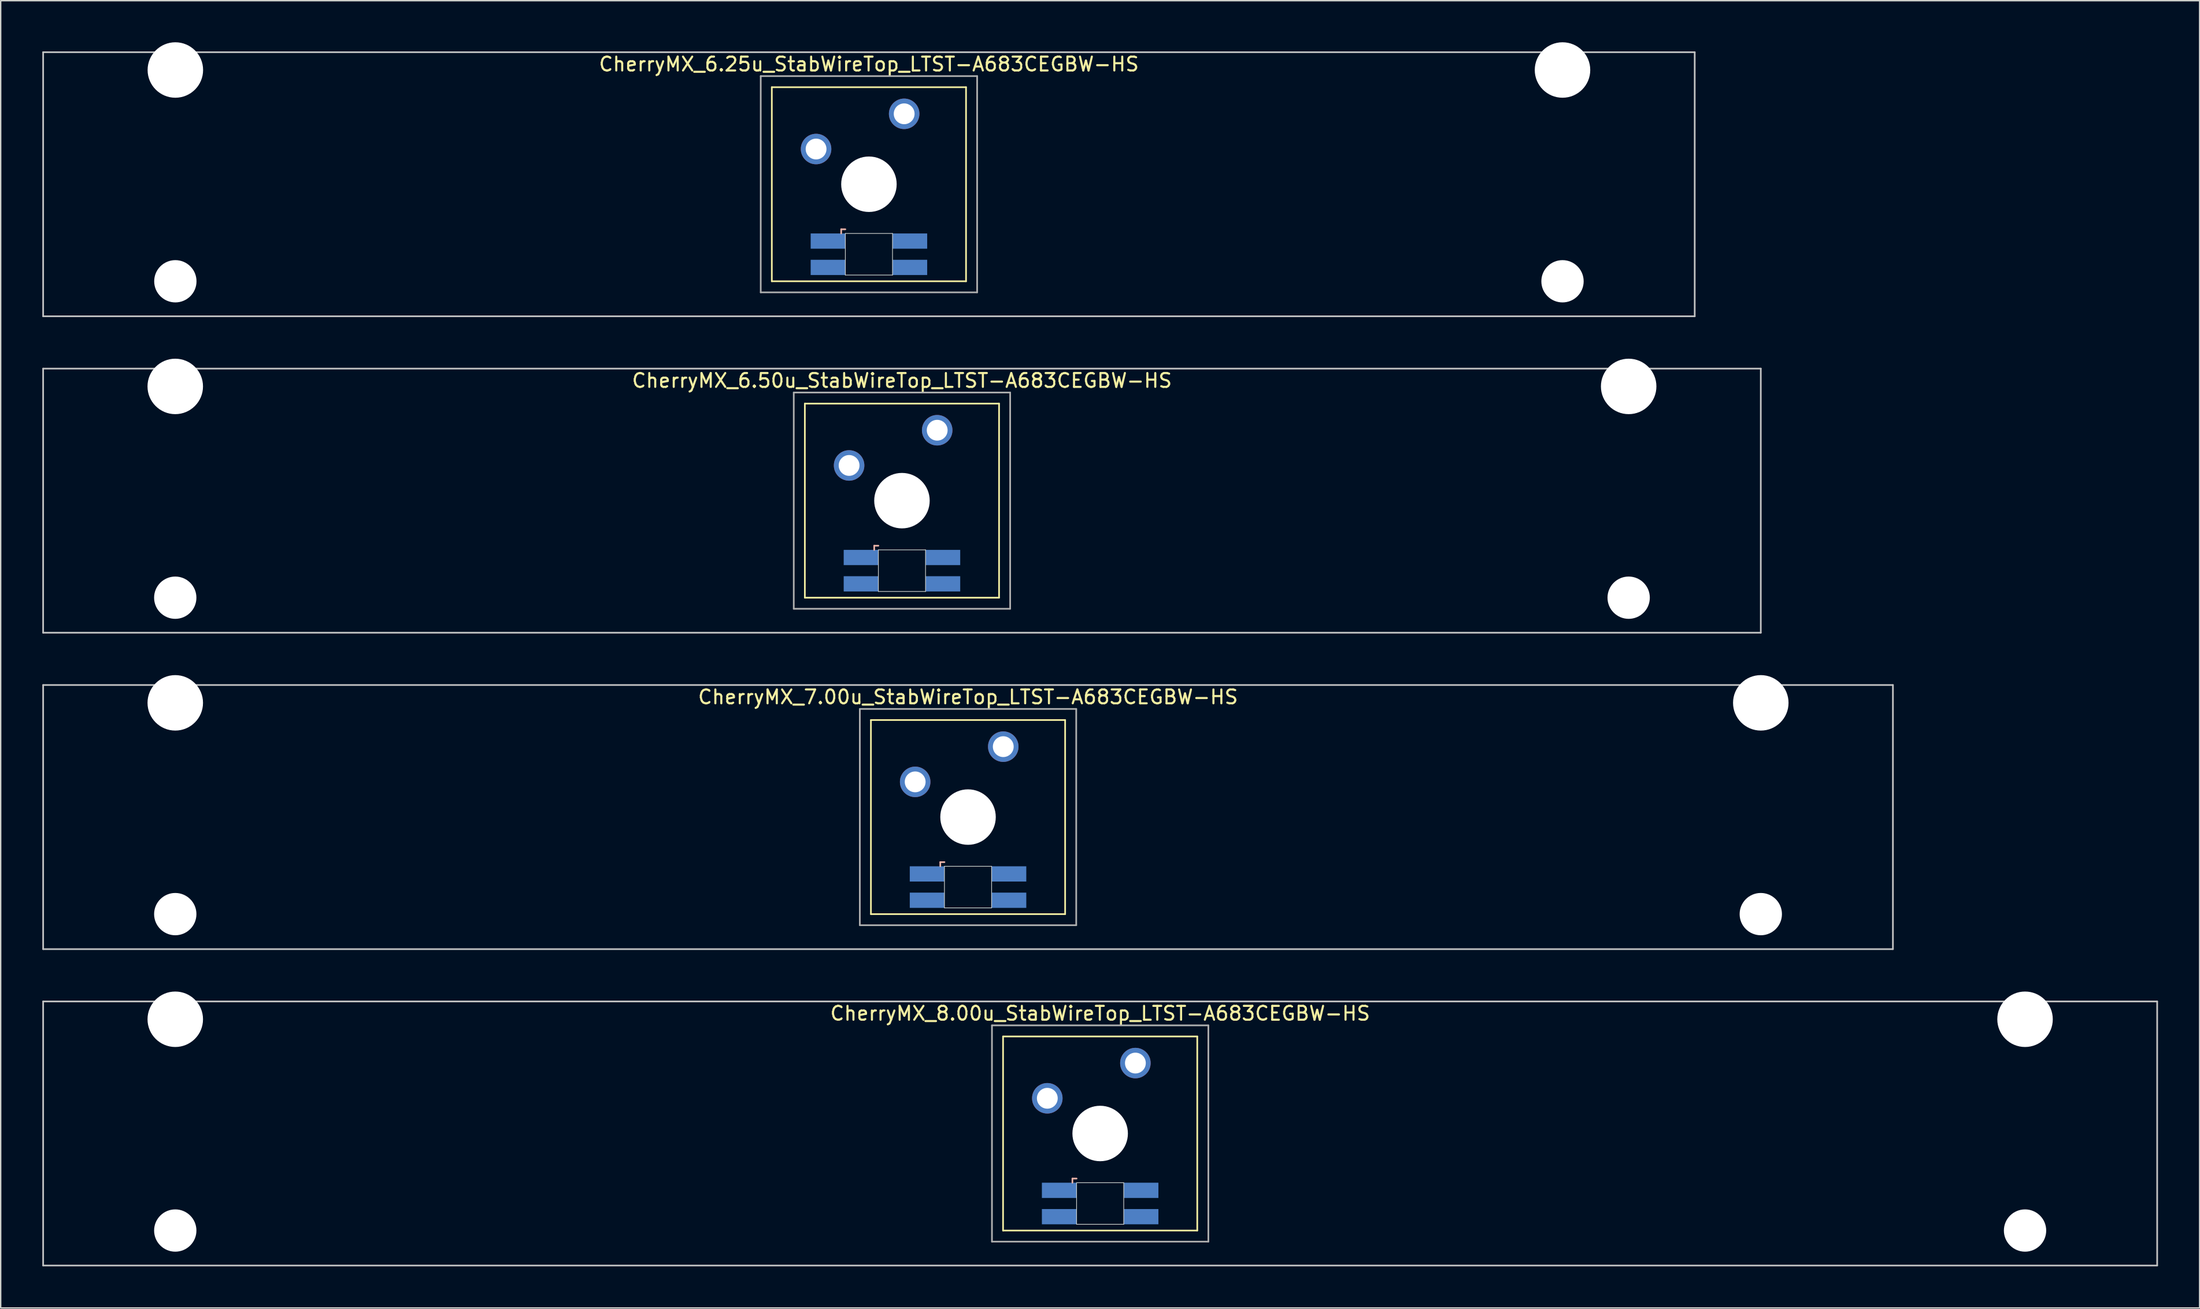
<source format=kicad_pcb>
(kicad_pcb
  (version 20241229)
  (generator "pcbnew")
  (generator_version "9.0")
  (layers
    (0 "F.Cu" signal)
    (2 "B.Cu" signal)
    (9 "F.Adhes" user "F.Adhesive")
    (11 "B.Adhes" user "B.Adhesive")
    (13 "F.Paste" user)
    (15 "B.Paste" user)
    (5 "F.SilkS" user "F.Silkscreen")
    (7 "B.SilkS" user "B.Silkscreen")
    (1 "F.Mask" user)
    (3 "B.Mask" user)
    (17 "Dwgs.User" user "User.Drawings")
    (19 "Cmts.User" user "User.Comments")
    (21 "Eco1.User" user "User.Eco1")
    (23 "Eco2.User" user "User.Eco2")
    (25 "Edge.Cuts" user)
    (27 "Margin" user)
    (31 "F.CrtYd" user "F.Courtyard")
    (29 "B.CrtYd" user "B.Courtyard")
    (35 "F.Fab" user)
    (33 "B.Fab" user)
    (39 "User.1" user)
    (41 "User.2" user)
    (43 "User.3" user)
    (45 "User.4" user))
  (footprint "CherryMX_6.50u_StabWireTop_LTST-A683CEGBW-HS"
    (layer "F.Cu")
    (at 61.972 33.065)
    (property "Reference" "CherryMX_6.50u_StabWireTop_LTST-A683CEGBW-HS" (at 0 -8.662 0) (layer "F.SilkS") (effects (font (size 1 1) (thickness 0.15))))
    (attr through_hole)
    (fp_line (start -7 -7) (end -7 7) (stroke (width 0.12) (type solid)) (layer "F.SilkS"))
    (fp_line (start -7 -7) (end 7 -7) (stroke (width 0.12) (type solid)) (layer "F.SilkS"))
    (fp_line (start 7 -7) (end 7 7) (stroke (width 0.12) (type solid)) (layer "F.SilkS"))
    (fp_line (start 7 7) (end -7 7) (stroke (width 0.12) (type solid)) (layer "F.SilkS"))
    (fp_line (start -2 3.25) (end -2 3.55) (stroke (width 0.12) (type solid)) (layer "B.SilkS"))
    (fp_line (start -1.7 3.25) (end -2 3.25) (stroke (width 0.12) (type solid)) (layer "B.SilkS"))
    (fp_line (start -61.913 -9.525) (end 61.913 -9.525) (stroke (width 0.12) (type solid)) (layer "Dwgs.User"))
    (fp_line (start -61.913 9.525) (end -61.913 -9.525) (stroke (width 0.12) (type solid)) (layer "Dwgs.User"))
    (fp_line (start 61.913 -9.525) (end 61.913 9.525) (stroke (width 0.12) (type solid)) (layer "Dwgs.User"))
    (fp_line (start 61.913 9.525) (end -61.913 9.525) (stroke (width 0.12) (type solid)) (layer "Dwgs.User"))
    (fp_line (start -1.7 3.55) (end 1.7 3.55) (stroke (width 0.05) (type solid)) (layer "Edge.Cuts"))
    (fp_line (start -1.7 6.55) (end -1.7 3.55) (stroke (width 0.05) (type solid)) (layer "Edge.Cuts"))
    (fp_line (start 1.7 3.55) (end 1.7 6.55) (stroke (width 0.05) (type solid)) (layer "Edge.Cuts"))
    (fp_line (start 1.7 6.55) (end -1.7 6.55) (stroke (width 0.05) (type solid)) (layer "Edge.Cuts"))
    (fp_line (start -7.8 -7.8) (end -7.8 7.8) (stroke (width 0.12) (type solid)) (layer "F.Fab"))
    (fp_line (start -7.8 -7.8) (end 7.8 -7.8) (stroke (width 0.12) (type solid)) (layer "F.Fab"))
    (fp_line (start -7.8 7.8) (end 7.8 7.8) (stroke (width 0.12) (type solid)) (layer "F.Fab"))
    (fp_line (start 7.8 -7.8) (end 7.8 7.8) (stroke (width 0.12) (type solid)) (layer "F.Fab"))
    (pad "" np_thru_hole circle (at -52.388 -8.24) (size 4 4) (drill 4) (layers "*.Cu" "*.Mask"))
    (pad "" np_thru_hole circle (at -52.388 7) (size 3.05 3.05) (drill 3.05) (layers "*.Cu" "*.Mask"))
    (pad "" np_thru_hole circle (at 0 0) (size 4 4) (drill 4) (layers "*.Cu" "*.Mask"))
    (pad "" np_thru_hole circle (at 52.388 -8.24) (size 4 4) (drill 4) (layers "*.Cu" "*.Mask"))
    (pad "" np_thru_hole circle (at 52.388 7) (size 3.05 3.05) (drill 3.05) (layers "*.Cu" "*.Mask"))
    (pad "1" thru_hole circle (at -3.81 -2.54) (size 2.2 2.2) (drill 1.5) (layers "*.Cu" "*.Mask"))
    (pad "2" thru_hole circle (at 2.54 -5.08) (size 2.2 2.2) (drill 1.5) (layers "*.Cu" "*.Mask"))
    (pad "3" smd rect (at -2.95 4.1) (size 2.5 1.1) (layers "B.Cu" "B.Mask" "B.Paste"))
    (pad "4" smd rect (at -2.95 6) (size 2.5 1.1) (layers "B.Cu" "B.Mask" "B.Paste"))
    (pad "5" smd rect (at 2.95 4.1) (size 2.5 1.1) (layers "B.Cu" "B.Mask" "B.Paste"))
    (pad "6" smd rect (at 2.95 6) (size 2.5 1.1) (layers "B.Cu" "B.Mask" "B.Paste")))
  (footprint "CherryMX_7.00u_StabWireTop_LTST-A683CEGBW-HS"
    (layer "F.Cu")
    (at 66.735 55.89)
    (property "Reference" "CherryMX_7.00u_StabWireTop_LTST-A683CEGBW-HS" (at 0 -8.662 0) (layer "F.SilkS") (effects (font (size 1 1) (thickness 0.15))))
    (attr through_hole)
    (fp_line (start -7 -7) (end -7 7) (stroke (width 0.12) (type solid)) (layer "F.SilkS"))
    (fp_line (start -7 -7) (end 7 -7) (stroke (width 0.12) (type solid)) (layer "F.SilkS"))
    (fp_line (start 7 -7) (end 7 7) (stroke (width 0.12) (type solid)) (layer "F.SilkS"))
    (fp_line (start 7 7) (end -7 7) (stroke (width 0.12) (type solid)) (layer "F.SilkS"))
    (fp_line (start -2 3.25) (end -2 3.55) (stroke (width 0.12) (type solid)) (layer "B.SilkS"))
    (fp_line (start -1.7 3.25) (end -2 3.25) (stroke (width 0.12) (type solid)) (layer "B.SilkS"))
    (fp_line (start -66.675 -9.525) (end 66.675 -9.525) (stroke (width 0.12) (type solid)) (layer "Dwgs.User"))
    (fp_line (start -66.675 9.525) (end -66.675 -9.525) (stroke (width 0.12) (type solid)) (layer "Dwgs.User"))
    (fp_line (start 66.675 -9.525) (end 66.675 9.525) (stroke (width 0.12) (type solid)) (layer "Dwgs.User"))
    (fp_line (start 66.675 9.525) (end -66.675 9.525) (stroke (width 0.12) (type solid)) (layer "Dwgs.User"))
    (fp_line (start -1.7 3.55) (end 1.7 3.55) (stroke (width 0.05) (type solid)) (layer "Edge.Cuts"))
    (fp_line (start -1.7 6.55) (end -1.7 3.55) (stroke (width 0.05) (type solid)) (layer "Edge.Cuts"))
    (fp_line (start 1.7 3.55) (end 1.7 6.55) (stroke (width 0.05) (type solid)) (layer "Edge.Cuts"))
    (fp_line (start 1.7 6.55) (end -1.7 6.55) (stroke (width 0.05) (type solid)) (layer "Edge.Cuts"))
    (fp_line (start -7.8 -7.8) (end -7.8 7.8) (stroke (width 0.12) (type solid)) (layer "F.Fab"))
    (fp_line (start -7.8 -7.8) (end 7.8 -7.8) (stroke (width 0.12) (type solid)) (layer "F.Fab"))
    (fp_line (start -7.8 7.8) (end 7.8 7.8) (stroke (width 0.12) (type solid)) (layer "F.Fab"))
    (fp_line (start 7.8 -7.8) (end 7.8 7.8) (stroke (width 0.12) (type solid)) (layer "F.Fab"))
    (pad "" np_thru_hole circle (at -57.15 -8.24) (size 4 4) (drill 4) (layers "*.Cu" "*.Mask"))
    (pad "" np_thru_hole circle (at -57.15 7) (size 3.05 3.05) (drill 3.05) (layers "*.Cu" "*.Mask"))
    (pad "" np_thru_hole circle (at 0 0) (size 4 4) (drill 4) (layers "*.Cu" "*.Mask"))
    (pad "" np_thru_hole circle (at 57.15 -8.24) (size 4 4) (drill 4) (layers "*.Cu" "*.Mask"))
    (pad "" np_thru_hole circle (at 57.15 7) (size 3.05 3.05) (drill 3.05) (layers "*.Cu" "*.Mask"))
    (pad "1" thru_hole circle (at -3.81 -2.54) (size 2.2 2.2) (drill 1.5) (layers "*.Cu" "*.Mask"))
    (pad "2" thru_hole circle (at 2.54 -5.08) (size 2.2 2.2) (drill 1.5) (layers "*.Cu" "*.Mask"))
    (pad "3" smd rect (at -2.95 4.1) (size 2.5 1.1) (layers "B.Cu" "B.Mask" "B.Paste"))
    (pad "4" smd rect (at -2.95 6) (size 2.5 1.1) (layers "B.Cu" "B.Mask" "B.Paste"))
    (pad "5" smd rect (at 2.95 4.1) (size 2.5 1.1) (layers "B.Cu" "B.Mask" "B.Paste"))
    (pad "6" smd rect (at 2.95 6) (size 2.5 1.1) (layers "B.Cu" "B.Mask" "B.Paste")))
  (footprint "CherryMX_6.25u_StabWireTop_LTST-A683CEGBW-HS"
    (layer "F.Cu")
    (at 59.591 10.24)
    (property "Reference" "CherryMX_6.25u_StabWireTop_LTST-A683CEGBW-HS" (at 0 -8.662 0) (layer "F.SilkS") (effects (font (size 1 1) (thickness 0.15))))
    (attr through_hole)
    (fp_line (start -7 -7) (end -7 7) (stroke (width 0.12) (type solid)) (layer "F.SilkS"))
    (fp_line (start -7 -7) (end 7 -7) (stroke (width 0.12) (type solid)) (layer "F.SilkS"))
    (fp_line (start 7 -7) (end 7 7) (stroke (width 0.12) (type solid)) (layer "F.SilkS"))
    (fp_line (start 7 7) (end -7 7) (stroke (width 0.12) (type solid)) (layer "F.SilkS"))
    (fp_line (start -2 3.25) (end -2 3.55) (stroke (width 0.12) (type solid)) (layer "B.SilkS"))
    (fp_line (start -1.7 3.25) (end -2 3.25) (stroke (width 0.12) (type solid)) (layer "B.SilkS"))
    (fp_line (start -59.531 -9.525) (end 59.531 -9.525) (stroke (width 0.12) (type solid)) (layer "Dwgs.User"))
    (fp_line (start -59.531 9.525) (end -59.531 -9.525) (stroke (width 0.12) (type solid)) (layer "Dwgs.User"))
    (fp_line (start 59.531 -9.525) (end 59.531 9.525) (stroke (width 0.12) (type solid)) (layer "Dwgs.User"))
    (fp_line (start 59.531 9.525) (end -59.531 9.525) (stroke (width 0.12) (type solid)) (layer "Dwgs.User"))
    (fp_line (start -1.7 3.55) (end 1.7 3.55) (stroke (width 0.05) (type solid)) (layer "Edge.Cuts"))
    (fp_line (start -1.7 6.55) (end -1.7 3.55) (stroke (width 0.05) (type solid)) (layer "Edge.Cuts"))
    (fp_line (start 1.7 3.55) (end 1.7 6.55) (stroke (width 0.05) (type solid)) (layer "Edge.Cuts"))
    (fp_line (start 1.7 6.55) (end -1.7 6.55) (stroke (width 0.05) (type solid)) (layer "Edge.Cuts"))
    (fp_line (start -7.8 -7.8) (end -7.8 7.8) (stroke (width 0.12) (type solid)) (layer "F.Fab"))
    (fp_line (start -7.8 -7.8) (end 7.8 -7.8) (stroke (width 0.12) (type solid)) (layer "F.Fab"))
    (fp_line (start -7.8 7.8) (end 7.8 7.8) (stroke (width 0.12) (type solid)) (layer "F.Fab"))
    (fp_line (start 7.8 -7.8) (end 7.8 7.8) (stroke (width 0.12) (type solid)) (layer "F.Fab"))
    (pad "" np_thru_hole circle (at -50 -8.24) (size 4 4) (drill 4) (layers "*.Cu" "*.Mask"))
    (pad "" np_thru_hole circle (at -50 7) (size 3.05 3.05) (drill 3.05) (layers "*.Cu" "*.Mask"))
    (pad "" np_thru_hole circle (at 0 0) (size 4 4) (drill 4) (layers "*.Cu" "*.Mask"))
    (pad "" np_thru_hole circle (at 50 -8.24) (size 4 4) (drill 4) (layers "*.Cu" "*.Mask"))
    (pad "" np_thru_hole circle (at 50 7) (size 3.05 3.05) (drill 3.05) (layers "*.Cu" "*.Mask"))
    (pad "1" thru_hole circle (at -3.81 -2.54) (size 2.2 2.2) (drill 1.5) (layers "*.Cu" "*.Mask"))
    (pad "2" thru_hole circle (at 2.54 -5.08) (size 2.2 2.2) (drill 1.5) (layers "*.Cu" "*.Mask"))
    (pad "3" smd rect (at -2.95 4.1) (size 2.5 1.1) (layers "B.Cu" "B.Mask" "B.Paste"))
    (pad "4" smd rect (at -2.95 6) (size 2.5 1.1) (layers "B.Cu" "B.Mask" "B.Paste"))
    (pad "5" smd rect (at 2.95 4.1) (size 2.5 1.1) (layers "B.Cu" "B.Mask" "B.Paste"))
    (pad "6" smd rect (at 2.95 6) (size 2.5 1.1) (layers "B.Cu" "B.Mask" "B.Paste")))
  (footprint "CherryMX_8.00u_StabWireTop_LTST-A683CEGBW-HS"
    (layer "F.Cu")
    (at 76.26 78.715)
    (property "Reference" "CherryMX_8.00u_StabWireTop_LTST-A683CEGBW-HS" (at 0 -8.662 0) (layer "F.SilkS") (effects (font (size 1 1) (thickness 0.15))))
    (attr through_hole)
    (fp_line (start -7 -7) (end -7 7) (stroke (width 0.12) (type solid)) (layer "F.SilkS"))
    (fp_line (start -7 -7) (end 7 -7) (stroke (width 0.12) (type solid)) (layer "F.SilkS"))
    (fp_line (start 7 -7) (end 7 7) (stroke (width 0.12) (type solid)) (layer "F.SilkS"))
    (fp_line (start 7 7) (end -7 7) (stroke (width 0.12) (type solid)) (layer "F.SilkS"))
    (fp_line (start -2 3.25) (end -2 3.55) (stroke (width 0.12) (type solid)) (layer "B.SilkS"))
    (fp_line (start -1.7 3.25) (end -2 3.25) (stroke (width 0.12) (type solid)) (layer "B.SilkS"))
    (fp_line (start -76.2 -9.525) (end 76.2 -9.525) (stroke (width 0.12) (type solid)) (layer "Dwgs.User"))
    (fp_line (start -76.2 9.525) (end -76.2 -9.525) (stroke (width 0.12) (type solid)) (layer "Dwgs.User"))
    (fp_line (start 76.2 -9.525) (end 76.2 9.525) (stroke (width 0.12) (type solid)) (layer "Dwgs.User"))
    (fp_line (start 76.2 9.525) (end -76.2 9.525) (stroke (width 0.12) (type solid)) (layer "Dwgs.User"))
    (fp_line (start -1.7 3.55) (end 1.7 3.55) (stroke (width 0.05) (type solid)) (layer "Edge.Cuts"))
    (fp_line (start -1.7 6.55) (end -1.7 3.55) (stroke (width 0.05) (type solid)) (layer "Edge.Cuts"))
    (fp_line (start 1.7 3.55) (end 1.7 6.55) (stroke (width 0.05) (type solid)) (layer "Edge.Cuts"))
    (fp_line (start 1.7 6.55) (end -1.7 6.55) (stroke (width 0.05) (type solid)) (layer "Edge.Cuts"))
    (fp_line (start -7.8 -7.8) (end -7.8 7.8) (stroke (width 0.12) (type solid)) (layer "F.Fab"))
    (fp_line (start -7.8 -7.8) (end 7.8 -7.8) (stroke (width 0.12) (type solid)) (layer "F.Fab"))
    (fp_line (start -7.8 7.8) (end 7.8 7.8) (stroke (width 0.12) (type solid)) (layer "F.Fab"))
    (fp_line (start 7.8 -7.8) (end 7.8 7.8) (stroke (width 0.12) (type solid)) (layer "F.Fab"))
    (pad "" np_thru_hole circle (at -66.675 -8.24) (size 4 4) (drill 4) (layers "*.Cu" "*.Mask"))
    (pad "" np_thru_hole circle (at -66.675 7) (size 3.05 3.05) (drill 3.05) (layers "*.Cu" "*.Mask"))
    (pad "" np_thru_hole circle (at 0 0) (size 4 4) (drill 4) (layers "*.Cu" "*.Mask"))
    (pad "" np_thru_hole circle (at 66.675 -8.24) (size 4 4) (drill 4) (layers "*.Cu" "*.Mask"))
    (pad "" np_thru_hole circle (at 66.675 7) (size 3.05 3.05) (drill 3.05) (layers "*.Cu" "*.Mask"))
    (pad "1" thru_hole circle (at -3.81 -2.54) (size 2.2 2.2) (drill 1.5) (layers "*.Cu" "*.Mask"))
    (pad "2" thru_hole circle (at 2.54 -5.08) (size 2.2 2.2) (drill 1.5) (layers "*.Cu" "*.Mask"))
    (pad "3" smd rect (at -2.95 4.1) (size 2.5 1.1) (layers "B.Cu" "B.Mask" "B.Paste"))
    (pad "4" smd rect (at -2.95 6) (size 2.5 1.1) (layers "B.Cu" "B.Mask" "B.Paste"))
    (pad "5" smd rect (at 2.95 4.1) (size 2.5 1.1) (layers "B.Cu" "B.Mask" "B.Paste"))
    (pad "6" smd rect (at 2.95 6) (size 2.5 1.1) (layers "B.Cu" "B.Mask" "B.Paste")))
  (gr_rect
    (start -3 -3)
    (end 155.52 91.3)
    (stroke (width 0.1) (type default))
    (fill no)
    (layer "Edge.Cuts")))
</source>
